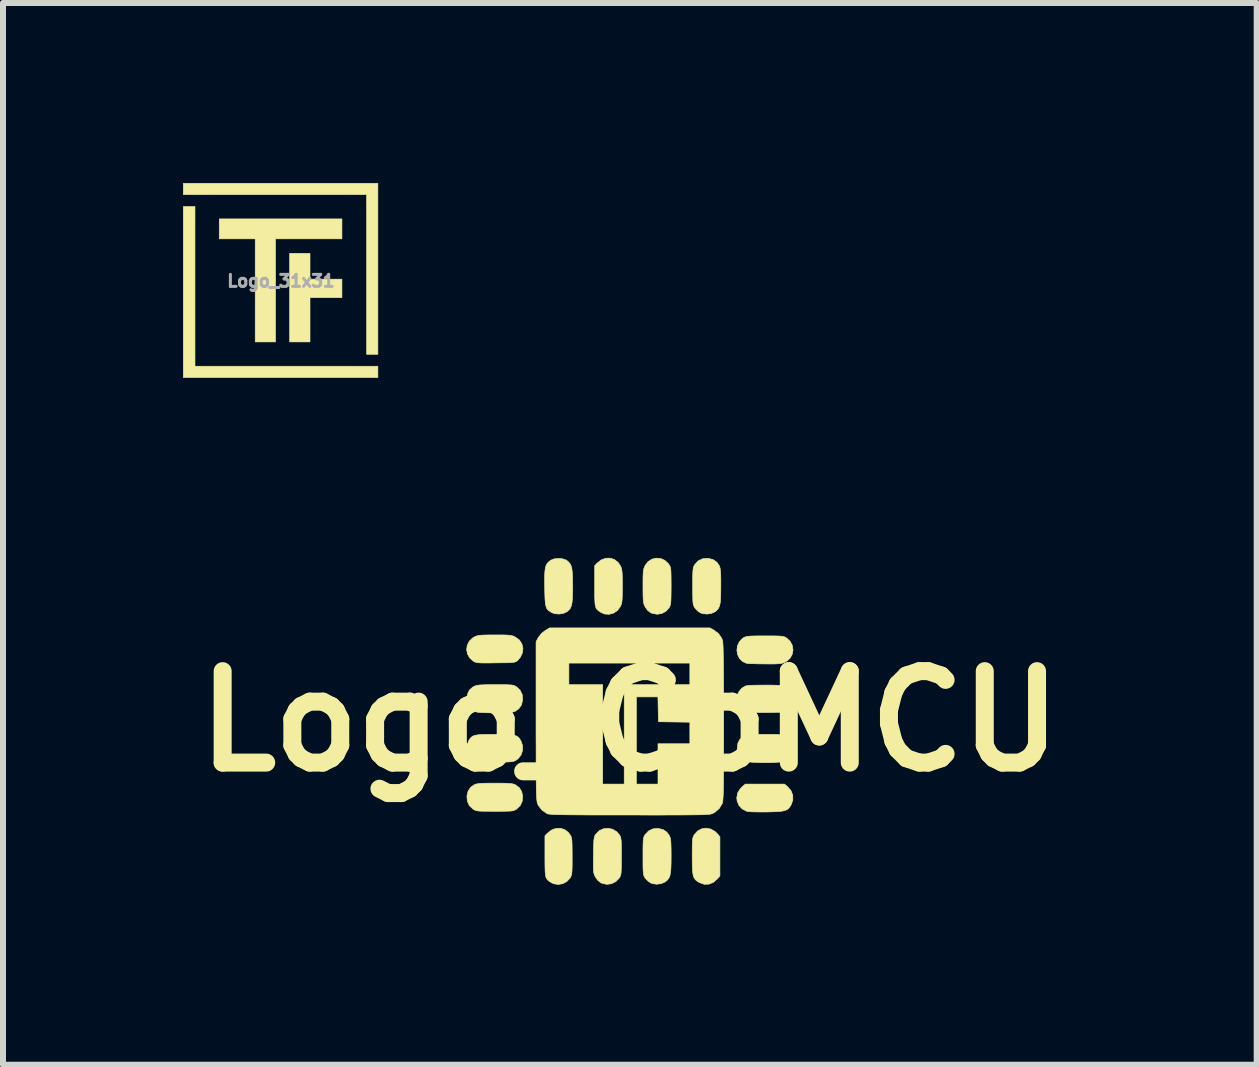
<source format=kicad_pcb>
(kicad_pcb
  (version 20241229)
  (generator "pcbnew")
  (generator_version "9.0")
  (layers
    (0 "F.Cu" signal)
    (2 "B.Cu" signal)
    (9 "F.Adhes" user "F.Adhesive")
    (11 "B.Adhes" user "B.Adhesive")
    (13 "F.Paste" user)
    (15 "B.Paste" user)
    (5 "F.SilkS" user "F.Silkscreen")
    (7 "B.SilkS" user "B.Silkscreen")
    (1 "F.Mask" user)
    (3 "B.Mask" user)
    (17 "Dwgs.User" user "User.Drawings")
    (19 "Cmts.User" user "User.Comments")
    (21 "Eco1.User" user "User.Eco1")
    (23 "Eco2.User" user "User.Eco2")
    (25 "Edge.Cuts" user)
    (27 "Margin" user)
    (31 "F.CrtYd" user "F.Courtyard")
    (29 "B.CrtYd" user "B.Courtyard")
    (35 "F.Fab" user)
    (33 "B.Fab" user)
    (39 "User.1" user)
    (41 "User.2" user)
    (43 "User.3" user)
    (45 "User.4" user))
  (footprint "Logo_CoMCU"
    (layer "F.Cu")
    (at 7.446 8.969)
    (property "Reference" "Logo_CoMCU" (at 0 0 0) (layer "F.SilkS") (effects (font (size 1.524 1.524) (thickness 0.3))))
    (attr board_only exclude_from_pos_files exclude_from_bom)
    (fp_poly (pts (xy 2.625 1.088) (xy 2.685 1.156) (xy 2.715 1.232) (xy 2.716 1.313) (xy 2.69 1.388) (xy 2.667 1.427) (xy 2.642 1.457) (xy 2.609 1.478) (xy 2.564 1.493) (xy 2.503 1.503) (xy 2.42 1.508) (xy 2.313 1.511) (xy 2.274 1.512) (xy 2.181 1.512) (xy 2.096 1.511) (xy 2.025 1.509) (xy 1.975 1.505) (xy 1.952 1.502) (xy 1.874 1.462) (xy 1.818 1.403) (xy 1.787 1.327) (xy 1.782 1.275) (xy 1.797 1.194) (xy 1.842 1.122) (xy 1.876 1.088) (xy 1.925 1.047) (xy 2.577 1.047) (xy 2.625 1.088)) (stroke (width 0.01) (type solid)) (fill yes) (layer "F.SilkS"))
    (fp_poly (pts (xy 1.347 1.796) (xy 1.418 1.836) (xy 1.46 1.876) (xy 1.501 1.925) (xy 1.501 2.577) (xy 1.46 2.625) (xy 1.393 2.684) (xy 1.317 2.715) (xy 1.238 2.717) (xy 1.159 2.688) (xy 1.155 2.686) (xy 1.118 2.663) (xy 1.09 2.639) (xy 1.07 2.608) (xy 1.055 2.568) (xy 1.047 2.513) (xy 1.042 2.44) (xy 1.04 2.342) (xy 1.039 2.251) (xy 1.04 2.145) (xy 1.04 2.066) (xy 1.043 2.008) (xy 1.046 1.967) (xy 1.052 1.938) (xy 1.06 1.915) (xy 1.072 1.894) (xy 1.075 1.889) (xy 1.129 1.829) (xy 1.196 1.793) (xy 1.271 1.782) (xy 1.347 1.796)) (stroke (width 0.01) (type solid)) (fill yes) (layer "F.SilkS"))
    (fp_poly (pts (xy -0.256 -2.694) (xy -0.195 -2.646) (xy -0.16 -2.594) (xy -0.147 -2.567) (xy -0.138 -2.54) (xy -0.132 -2.506) (xy -0.128 -2.462) (xy -0.126 -2.4) (xy -0.125 -2.317) (xy -0.125 -2.251) (xy -0.125 -2.15) (xy -0.127 -2.076) (xy -0.129 -2.021) (xy -0.134 -1.982) (xy -0.141 -1.951) (xy -0.152 -1.925) (xy -0.16 -1.908) (xy -0.208 -1.844) (xy -0.272 -1.802) (xy -0.346 -1.782) (xy -0.421 -1.787) (xy -0.477 -1.811) (xy -0.511 -1.833) (xy -0.537 -1.853) (xy -0.557 -1.875) (xy -0.57 -1.905) (xy -0.579 -1.946) (xy -0.583 -2.003) (xy -0.586 -2.08) (xy -0.586 -2.182) (xy -0.586 -2.251) (xy -0.586 -2.592) (xy -0.547 -2.634) (xy -0.478 -2.688) (xy -0.403 -2.716) (xy -0.327 -2.718) (xy -0.256 -2.694)) (stroke (width 0.01) (type solid)) (fill yes) (layer "F.SilkS"))
    (fp_poly (pts (xy -1.083 1.807) (xy -1.022 1.856) (xy -0.997 1.889) (xy -0.984 1.91) (xy -0.975 1.932) (xy -0.969 1.96) (xy -0.965 1.998) (xy -0.963 2.052) (xy -0.962 2.126) (xy -0.961 2.225) (xy -0.961 2.251) (xy -0.961 2.356) (xy -0.962 2.436) (xy -0.964 2.493) (xy -0.968 2.534) (xy -0.974 2.564) (xy -0.982 2.587) (xy -0.994 2.608) (xy -0.997 2.613) (xy -1.048 2.669) (xy -1.116 2.706) (xy -1.191 2.72) (xy -1.265 2.709) (xy -1.305 2.691) (xy -1.34 2.669) (xy -1.366 2.649) (xy -1.385 2.626) (xy -1.399 2.597) (xy -1.407 2.555) (xy -1.412 2.499) (xy -1.414 2.422) (xy -1.415 2.32) (xy -1.415 2.25) (xy -1.415 1.909) (xy -1.376 1.868) (xy -1.307 1.814) (xy -1.232 1.786) (xy -1.155 1.784) (xy -1.083 1.807)) (stroke (width 0.01) (type solid)) (fill yes) (layer "F.SilkS"))
    (fp_poly (pts (xy -2.132 0.219) (xy -2.041 0.221) (xy -1.972 0.226) (xy -1.921 0.235) (xy -1.885 0.248) (xy -1.857 0.268) (xy -1.835 0.295) (xy -1.815 0.329) (xy -1.788 0.406) (xy -1.788 0.486) (xy -1.813 0.561) (xy -1.862 0.624) (xy -1.897 0.65) (xy -1.918 0.661) (xy -1.945 0.669) (xy -1.982 0.675) (xy -2.034 0.679) (xy -2.106 0.681) (xy -2.204 0.683) (xy -2.22 0.683) (xy -2.312 0.683) (xy -2.397 0.682) (xy -2.468 0.68) (xy -2.519 0.677) (xy -2.54 0.674) (xy -2.611 0.645) (xy -2.664 0.598) (xy -2.687 0.561) (xy -2.715 0.481) (xy -2.713 0.399) (xy -2.687 0.329) (xy -2.666 0.294) (xy -2.644 0.268) (xy -2.617 0.248) (xy -2.58 0.235) (xy -2.529 0.226) (xy -2.46 0.221) (xy -2.368 0.219) (xy -2.251 0.219) (xy -2.132 0.219)) (stroke (width 0.01) (type solid)) (fill yes) (layer "F.SilkS"))
    (fp_poly (pts (xy 2.357 0.219) (xy 2.437 0.221) (xy 2.495 0.224) (xy 2.537 0.229) (xy 2.568 0.236) (xy 2.592 0.246) (xy 2.594 0.246) (xy 2.657 0.29) (xy 2.695 0.346) (xy 2.711 0.421) (xy 2.712 0.453) (xy 2.703 0.536) (xy 2.673 0.598) (xy 2.619 0.646) (xy 2.594 0.66) (xy 2.553 0.672) (xy 2.489 0.681) (xy 2.407 0.687) (xy 2.313 0.69) (xy 2.216 0.691) (xy 2.121 0.688) (xy 2.035 0.683) (xy 1.964 0.675) (xy 1.917 0.664) (xy 1.908 0.66) (xy 1.845 0.617) (xy 1.807 0.56) (xy 1.791 0.485) (xy 1.79 0.453) (xy 1.799 0.371) (xy 1.829 0.308) (xy 1.883 0.261) (xy 1.908 0.246) (xy 1.932 0.236) (xy 1.962 0.229) (xy 2.003 0.224) (xy 2.061 0.221) (xy 2.139 0.219) (xy 2.243 0.219) (xy 2.251 0.219) (xy 2.357 0.219)) (stroke (width 0.01) (type solid)) (fill yes) (layer "F.SilkS"))
    (fp_poly (pts (xy -1.128 -2.708) (xy -1.067 -2.689) (xy -1.052 -2.68) (xy -1.02 -2.653) (xy -0.996 -2.624) (xy -0.978 -2.588) (xy -0.966 -2.54) (xy -0.959 -2.477) (xy -0.955 -2.392) (xy -0.954 -2.281) (xy -0.954 -2.251) (xy -0.954 -2.134) (xy -0.957 -2.043) (xy -0.964 -1.974) (xy -0.975 -1.923) (xy -0.991 -1.885) (xy -1.013 -1.855) (xy -1.043 -1.829) (xy -1.05 -1.824) (xy -1.109 -1.797) (xy -1.182 -1.786) (xy -1.255 -1.793) (xy -1.296 -1.808) (xy -1.334 -1.83) (xy -1.363 -1.852) (xy -1.384 -1.879) (xy -1.398 -1.917) (xy -1.408 -1.968) (xy -1.414 -2.038) (xy -1.417 -2.131) (xy -1.419 -2.232) (xy -1.42 -2.352) (xy -1.419 -2.445) (xy -1.414 -2.515) (xy -1.405 -2.568) (xy -1.391 -2.607) (xy -1.371 -2.638) (xy -1.343 -2.664) (xy -1.324 -2.68) (xy -1.269 -2.704) (xy -1.199 -2.713) (xy -1.128 -2.708)) (stroke (width 0.01) (type solid)) (fill yes) (layer "F.SilkS"))
    (fp_poly (pts (xy 2.358 -1.422) (xy 2.437 -1.421) (xy 2.495 -1.419) (xy 2.536 -1.416) (xy 2.565 -1.41) (xy 2.587 -1.402) (xy 2.606 -1.391) (xy 2.612 -1.387) (xy 2.672 -1.331) (xy 2.708 -1.262) (xy 2.719 -1.189) (xy 2.706 -1.116) (xy 2.67 -1.05) (xy 2.61 -0.998) (xy 2.594 -0.989) (xy 2.567 -0.976) (xy 2.54 -0.967) (xy 2.508 -0.961) (xy 2.464 -0.957) (xy 2.404 -0.955) (xy 2.322 -0.955) (xy 2.251 -0.955) (xy 2.16 -0.956) (xy 2.078 -0.958) (xy 2.011 -0.96) (xy 1.964 -0.963) (xy 1.946 -0.965) (xy 1.877 -0.996) (xy 1.827 -1.047) (xy 1.795 -1.112) (xy 1.784 -1.183) (xy 1.793 -1.256) (xy 1.824 -1.323) (xy 1.876 -1.379) (xy 1.895 -1.391) (xy 1.915 -1.402) (xy 1.939 -1.41) (xy 1.97 -1.416) (xy 2.014 -1.419) (xy 2.075 -1.421) (xy 2.159 -1.422) (xy 2.252 -1.422) (xy 2.358 -1.422)) (stroke (width 0.01) (type solid)) (fill yes) (layer "F.SilkS"))
    (fp_poly (pts (xy -2.15 -1.438) (xy -2.076 -1.437) (xy -2.021 -1.434) (xy -1.982 -1.429) (xy -1.951 -1.422) (xy -1.925 -1.411) (xy -1.908 -1.403) (xy -1.841 -1.353) (xy -1.799 -1.289) (xy -1.782 -1.216) (xy -1.79 -1.14) (xy -1.825 -1.066) (xy -1.868 -1.016) (xy -1.882 -1.003) (xy -1.898 -0.993) (xy -1.919 -0.986) (xy -1.949 -0.981) (xy -1.994 -0.978) (xy -2.057 -0.975) (xy -2.143 -0.974) (xy -2.233 -0.973) (xy -2.342 -0.971) (xy -2.425 -0.971) (xy -2.485 -0.972) (xy -2.529 -0.975) (xy -2.559 -0.98) (xy -2.582 -0.987) (xy -2.601 -0.997) (xy -2.607 -1) (xy -2.668 -1.054) (xy -2.706 -1.121) (xy -2.72 -1.194) (xy -2.709 -1.267) (xy -2.676 -1.334) (xy -2.618 -1.389) (xy -2.594 -1.403) (xy -2.567 -1.416) (xy -2.54 -1.425) (xy -2.506 -1.431) (xy -2.462 -1.435) (xy -2.4 -1.437) (xy -2.317 -1.438) (xy -2.251 -1.438) (xy -2.15 -1.438)) (stroke (width 0.01) (type solid)) (fill yes) (layer "F.SilkS"))
    (fp_poly (pts (xy 0.512 -2.712) (xy 0.582 -2.682) (xy 0.641 -2.627) (xy 0.652 -2.612) (xy 0.664 -2.592) (xy 0.674 -2.572) (xy 0.68 -2.545) (xy 0.684 -2.508) (xy 0.686 -2.456) (xy 0.687 -2.383) (xy 0.688 -2.285) (xy 0.688 -2.252) (xy 0.687 -2.146) (xy 0.686 -2.065) (xy 0.684 -2.007) (xy 0.68 -1.965) (xy 0.674 -1.935) (xy 0.666 -1.912) (xy 0.657 -1.895) (xy 0.602 -1.833) (xy 0.532 -1.795) (xy 0.453 -1.783) (xy 0.373 -1.798) (xy 0.344 -1.81) (xy 0.292 -1.852) (xy 0.254 -1.908) (xy 0.241 -1.935) (xy 0.232 -1.962) (xy 0.226 -1.995) (xy 0.222 -2.04) (xy 0.22 -2.101) (xy 0.219 -2.185) (xy 0.219 -2.251) (xy 0.219 -2.351) (xy 0.22 -2.426) (xy 0.223 -2.48) (xy 0.228 -2.52) (xy 0.235 -2.55) (xy 0.246 -2.577) (xy 0.254 -2.594) (xy 0.303 -2.659) (xy 0.366 -2.7) (xy 0.438 -2.718) (xy 0.512 -2.712)) (stroke (width 0.01) (type solid)) (fill yes) (layer "F.SilkS"))
    (fp_poly (pts (xy 2.357 -0.602) (xy 2.438 -0.6) (xy 2.496 -0.598) (xy 2.538 -0.594) (xy 2.568 -0.588) (xy 2.591 -0.58) (xy 2.609 -0.571) (xy 2.67 -0.518) (xy 2.707 -0.452) (xy 2.719 -0.377) (xy 2.707 -0.3) (xy 2.669 -0.227) (xy 2.634 -0.188) (xy 2.619 -0.174) (xy 2.604 -0.165) (xy 2.583 -0.158) (xy 2.553 -0.153) (xy 2.509 -0.15) (xy 2.446 -0.148) (xy 2.36 -0.146) (xy 2.269 -0.145) (xy 2.171 -0.145) (xy 2.082 -0.145) (xy 2.008 -0.146) (xy 1.954 -0.148) (xy 1.925 -0.151) (xy 1.923 -0.151) (xy 1.895 -0.168) (xy 1.862 -0.193) (xy 1.811 -0.258) (xy 1.786 -0.332) (xy 1.785 -0.409) (xy 1.809 -0.481) (xy 1.857 -0.542) (xy 1.889 -0.566) (xy 1.91 -0.579) (xy 1.932 -0.588) (xy 1.96 -0.594) (xy 1.998 -0.598) (xy 2.052 -0.6) (xy 2.126 -0.601) (xy 2.225 -0.602) (xy 2.251 -0.602) (xy 2.357 -0.602)) (stroke (width 0.01) (type solid)) (fill yes) (layer "F.SilkS"))
    (fp_poly (pts (xy -2.145 1.032) (xy -2.065 1.034) (xy -2.006 1.037) (xy -1.964 1.041) (xy -1.934 1.049) (xy -1.909 1.058) (xy -1.908 1.059) (xy -1.842 1.107) (xy -1.802 1.174) (xy -1.787 1.245) (xy -1.793 1.332) (xy -1.827 1.406) (xy -1.889 1.464) (xy -1.89 1.465) (xy -1.909 1.477) (xy -1.93 1.486) (xy -1.956 1.493) (xy -1.993 1.497) (xy -2.046 1.499) (xy -2.118 1.5) (xy -2.215 1.501) (xy -2.251 1.501) (xy -2.357 1.5) (xy -2.436 1.5) (xy -2.494 1.498) (xy -2.535 1.494) (xy -2.564 1.488) (xy -2.586 1.48) (xy -2.606 1.469) (xy -2.612 1.465) (xy -2.674 1.407) (xy -2.708 1.333) (xy -2.715 1.247) (xy -2.715 1.245) (xy -2.695 1.163) (xy -2.651 1.099) (xy -2.594 1.059) (xy -2.57 1.049) (xy -2.54 1.042) (xy -2.498 1.037) (xy -2.441 1.034) (xy -2.363 1.032) (xy -2.258 1.032) (xy -2.251 1.032) (xy -2.145 1.032)) (stroke (width 0.01) (type solid)) (fill yes) (layer "F.SilkS"))
    (fp_poly (pts (xy -2.137 -0.609) (xy -2.059 -0.609) (xy -2.003 -0.606) (xy -1.963 -0.603) (xy -1.935 -0.597) (xy -1.913 -0.588) (xy -1.893 -0.576) (xy -1.89 -0.574) (xy -1.828 -0.516) (xy -1.793 -0.442) (xy -1.787 -0.356) (xy -1.787 -0.354) (xy -1.806 -0.272) (xy -1.851 -0.208) (xy -1.908 -0.168) (xy -1.932 -0.158) (xy -1.962 -0.151) (xy -2.003 -0.146) (xy -2.061 -0.143) (xy -2.139 -0.141) (xy -2.243 -0.141) (xy -2.251 -0.141) (xy -2.357 -0.141) (xy -2.437 -0.143) (xy -2.495 -0.146) (xy -2.537 -0.15) (xy -2.568 -0.158) (xy -2.592 -0.167) (xy -2.594 -0.168) (xy -2.657 -0.212) (xy -2.695 -0.268) (xy -2.711 -0.343) (xy -2.712 -0.375) (xy -2.703 -0.458) (xy -2.673 -0.52) (xy -2.619 -0.568) (xy -2.594 -0.582) (xy -2.57 -0.592) (xy -2.541 -0.599) (xy -2.5 -0.604) (xy -2.444 -0.607) (xy -2.367 -0.609) (xy -2.265 -0.61) (xy -2.241 -0.61) (xy -2.137 -0.609)) (stroke (width 0.01) (type solid)) (fill yes) (layer "F.SilkS"))
    (fp_poly (pts (xy -0.287 1.8) (xy -0.22 1.84) (xy -0.176 1.89) (xy -0.164 1.909) (xy -0.155 1.93) (xy -0.149 1.956) (xy -0.144 1.993) (xy -0.142 2.046) (xy -0.141 2.118) (xy -0.141 2.215) (xy -0.141 2.251) (xy -0.141 2.357) (xy -0.142 2.436) (xy -0.144 2.494) (xy -0.147 2.535) (xy -0.153 2.564) (xy -0.161 2.586) (xy -0.172 2.606) (xy -0.176 2.612) (xy -0.234 2.672) (xy -0.306 2.708) (xy -0.385 2.718) (xy -0.465 2.7) (xy -0.485 2.691) (xy -0.536 2.65) (xy -0.575 2.594) (xy -0.588 2.568) (xy -0.597 2.543) (xy -0.603 2.514) (xy -0.607 2.475) (xy -0.608 2.421) (xy -0.608 2.347) (xy -0.607 2.248) (xy -0.606 2.227) (xy -0.605 2.124) (xy -0.603 2.046) (xy -0.6 1.99) (xy -0.595 1.951) (xy -0.589 1.923) (xy -0.58 1.901) (xy -0.567 1.882) (xy -0.564 1.878) (xy -0.507 1.822) (xy -0.438 1.791) (xy -0.362 1.784) (xy -0.287 1.8)) (stroke (width 0.01) (type solid)) (fill yes) (layer "F.SilkS"))
    (fp_poly (pts (xy 0.474 1.787) (xy 0.555 1.806) (xy 0.617 1.849) (xy 0.659 1.907) (xy 0.669 1.93) (xy 0.677 1.958) (xy 0.682 1.996) (xy 0.685 2.048) (xy 0.687 2.12) (xy 0.688 2.217) (xy 0.688 2.248) (xy 0.687 2.366) (xy 0.684 2.457) (xy 0.677 2.525) (xy 0.667 2.576) (xy 0.65 2.615) (xy 0.628 2.644) (xy 0.598 2.67) (xy 0.59 2.676) (xy 0.524 2.706) (xy 0.447 2.716) (xy 0.372 2.705) (xy 0.344 2.693) (xy 0.298 2.66) (xy 0.258 2.617) (xy 0.254 2.612) (xy 0.242 2.592) (xy 0.233 2.572) (xy 0.227 2.545) (xy 0.223 2.508) (xy 0.22 2.456) (xy 0.219 2.384) (xy 0.219 2.286) (xy 0.219 2.251) (xy 0.219 2.145) (xy 0.22 2.065) (xy 0.222 2.007) (xy 0.225 1.966) (xy 0.231 1.937) (xy 0.239 1.915) (xy 0.25 1.896) (xy 0.254 1.89) (xy 0.313 1.828) (xy 0.386 1.793) (xy 0.473 1.787) (xy 0.474 1.787)) (stroke (width 0.01) (type solid)) (fill yes) (layer "F.SilkS"))
    (fp_poly (pts (xy 1.302 -2.715) (xy 1.385 -2.695) (xy 1.449 -2.651) (xy 1.489 -2.594) (xy 1.499 -2.57) (xy 1.506 -2.54) (xy 1.511 -2.498) (xy 1.514 -2.441) (xy 1.516 -2.363) (xy 1.516 -2.258) (xy 1.516 -2.251) (xy 1.515 -2.134) (xy 1.512 -2.043) (xy 1.506 -1.974) (xy 1.495 -1.923) (xy 1.479 -1.885) (xy 1.456 -1.855) (xy 1.426 -1.829) (xy 1.42 -1.824) (xy 1.36 -1.797) (xy 1.287 -1.786) (xy 1.215 -1.793) (xy 1.173 -1.808) (xy 1.127 -1.841) (xy 1.086 -1.884) (xy 1.083 -1.89) (xy 1.071 -1.909) (xy 1.062 -1.93) (xy 1.055 -1.956) (xy 1.051 -1.993) (xy 1.049 -2.046) (xy 1.048 -2.118) (xy 1.047 -2.215) (xy 1.047 -2.251) (xy 1.047 -2.357) (xy 1.048 -2.436) (xy 1.05 -2.494) (xy 1.054 -2.535) (xy 1.059 -2.564) (xy 1.068 -2.586) (xy 1.079 -2.606) (xy 1.083 -2.612) (xy 1.141 -2.674) (xy 1.215 -2.708) (xy 1.301 -2.715) (xy 1.302 -2.715)) (stroke (width 0.01) (type solid)) (fill yes) (layer "F.SilkS"))
    (fp_poly (pts (xy 1.401 -1.518) (xy 1.477 -1.461) (xy 1.528 -1.387) (xy 1.545 -1.346) (xy 1.548 -1.326) (xy 1.551 -1.288) (xy 1.554 -1.231) (xy 1.556 -1.152) (xy 1.558 -1.051) (xy 1.56 -0.927) (xy 1.561 -0.777) (xy 1.562 -0.601) (xy 1.563 -0.398) (xy 1.563 -0.165) (xy 1.563 0.011) (xy 1.563 0.246) (xy 1.563 0.452) (xy 1.562 0.631) (xy 1.562 0.785) (xy 1.561 0.915) (xy 1.56 1.024) (xy 1.559 1.114) (xy 1.557 1.187) (xy 1.555 1.245) (xy 1.552 1.289) (xy 1.549 1.323) (xy 1.546 1.347) (xy 1.542 1.364) (xy 1.539 1.372) (xy 1.49 1.453) (xy 1.42 1.515) (xy 1.388 1.533) (xy 1.377 1.539) (xy 1.363 1.543) (xy 1.346 1.547) (xy 1.323 1.551) (xy 1.291 1.553) (xy 1.249 1.556) (xy 1.195 1.558) (xy 1.127 1.559) (xy 1.043 1.56) (xy 0.94 1.561) (xy 0.816 1.562) (xy 0.671 1.562) (xy 0.501 1.563) (xy 0.304 1.563) (xy 0.079 1.562) (xy -0.003 1.562) (xy -0.241 1.562) (xy -0.449 1.562) (xy -0.629 1.562) (xy -0.785 1.561) (xy -0.917 1.56) (xy -1.028 1.559) (xy -1.119 1.558) (xy -1.193 1.556) (xy -1.252 1.554) (xy -1.297 1.552) (xy -1.331 1.549) (xy -1.355 1.546) (xy -1.372 1.542) (xy -1.383 1.537) (xy -1.383 1.537) (xy -1.464 1.481) (xy -1.52 1.41) (xy -1.534 1.383) (xy -1.539 1.371) (xy -1.543 1.356) (xy -1.547 1.337) (xy -1.55 1.311) (xy -1.553 1.277) (xy -1.555 1.232) (xy -1.557 1.174) (xy -1.559 1.102) (xy -1.56 1.012) (xy -1.561 0.904) (xy -1.562 0.775) (xy -1.562 0.623) (xy -1.562 0.446) (xy -1.563 0.242) (xy -1.563 0.009) (xy -1.563 -0.001) (xy -1.563 -0.969) (xy -1.016 -0.969) (xy -1.016 -0.61) (xy -0.453 -0.61) (xy -0.453 1.047) (xy -0.094 1.047) (xy -0.094 -0.406) (xy 0.109 -0.406) (xy 0.109 1.047) (xy 0.469 1.047) (xy 0.469 0.375) (xy 1 0.375) (xy 1 0.016) (xy 0.739 0.012) (xy 0.477 0.008) (xy 0.472 -0.199) (xy 0.468 -0.406) (xy 0.109 -0.406) (xy -0.094 -0.406) (xy -0.094 -0.61) (xy 1 -0.61) (xy 1 -0.969) (xy -1.016 -0.969) (xy -1.563 -0.969) (xy -1.563 -1.324) (xy -1.527 -1.393) (xy -1.471 -1.465) (xy -1.415 -1.508) (xy -1.339 -1.555) (xy 1.336 -1.555) (xy 1.401 -1.518)) (stroke (width 0.01) (type solid)) (fill yes) (layer "F.SilkS")))
  (footprint "Logo_31x31"
    (layer "F.Cu")
    (at 1.632 1.632)
    (property "Reference" "Logo_31x31" (at 0 0 0) (layer "F.Fab") (effects (font (size 0.2 0.2) (thickness 0.3))))
    (attr board_only exclude_from_pos_files exclude_from_bom)
    (fp_poly (pts (xy -1.433 1.421) (xy 1.615 1.421) (xy 1.615 1.609) (xy -1.627 1.609) (xy -1.627 -1.24) (xy -1.433 -1.24) (xy -1.433 1.421)) (stroke (width 0.01) (type solid)) (fill yes) (layer "F.SilkS"))
    (fp_poly (pts (xy 1.615 1.222) (xy 1.427 1.222) (xy 1.427 -1.439) (xy -1.627 -1.439) (xy -1.627 -1.627) (xy 1.615 -1.627) (xy 1.615 1.222)) (stroke (width 0.01) (type solid)) (fill yes) (layer "F.SilkS"))
    (fp_poly (pts (xy 0.484 -0.03) (xy 1.016 -0.03) (xy 1.016 0.278) (xy 0.484 0.278) (xy 0.484 1.016) (xy 0.145 1.016) (xy 0.145 -0.46) (xy 0.484 -0.46) (xy 0.484 -0.03)) (stroke (width 0.01) (type solid)) (fill yes) (layer "F.SilkS"))
    (fp_poly (pts (xy 1.016 -0.702) (xy -0.091 -0.702) (xy -0.091 1.016) (xy -0.429 1.016) (xy -0.429 -0.702) (xy -1.028 -0.702) (xy -1.028 -1.034) (xy 1.016 -1.034) (xy 1.016 -0.702)) (stroke (width 0.01) (type solid)) (fill yes) (layer "F.SilkS")))
  (gr_rect
    (start -3 -3)
    (end 17.892 14.693)
    (stroke (width 0.1) (type default))
    (fill no)
    (layer "Edge.Cuts")))
</source>
